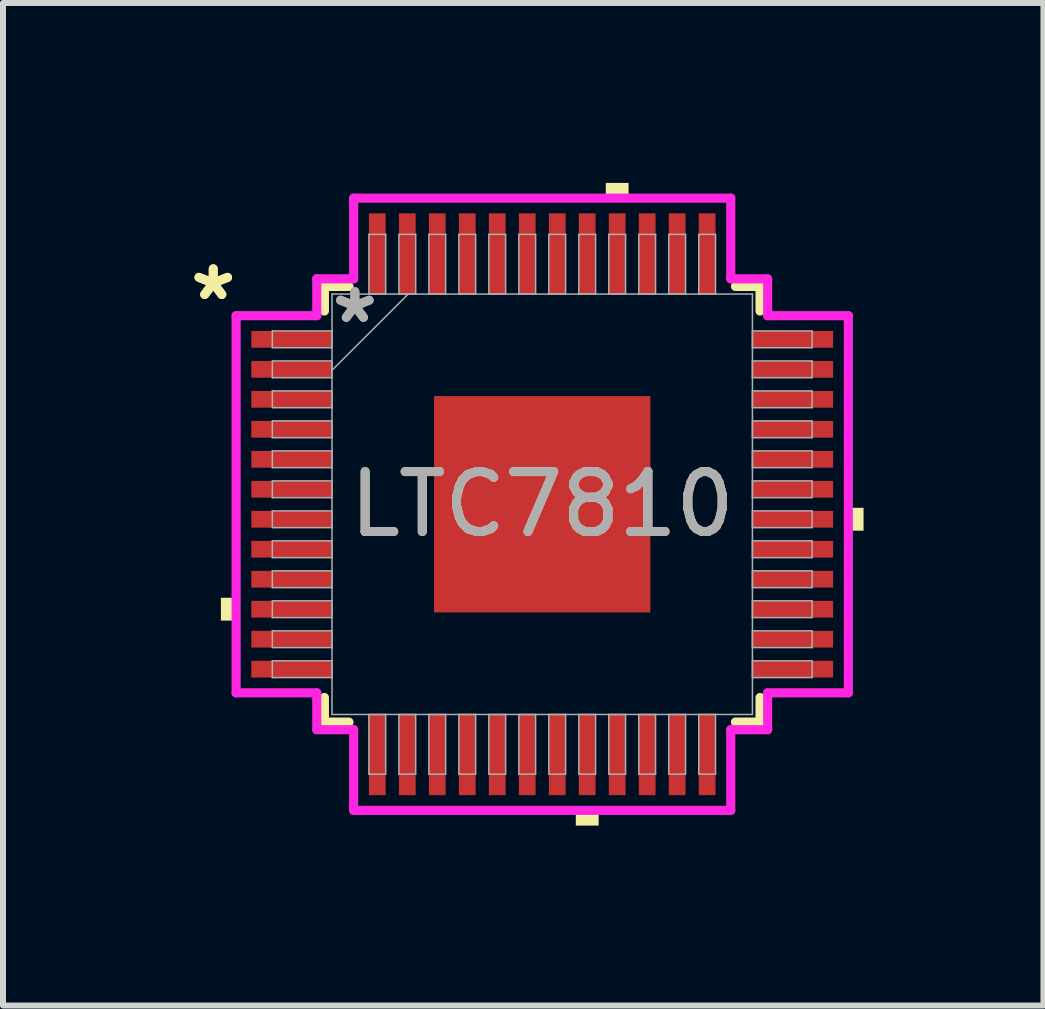
<source format=kicad_pcb>
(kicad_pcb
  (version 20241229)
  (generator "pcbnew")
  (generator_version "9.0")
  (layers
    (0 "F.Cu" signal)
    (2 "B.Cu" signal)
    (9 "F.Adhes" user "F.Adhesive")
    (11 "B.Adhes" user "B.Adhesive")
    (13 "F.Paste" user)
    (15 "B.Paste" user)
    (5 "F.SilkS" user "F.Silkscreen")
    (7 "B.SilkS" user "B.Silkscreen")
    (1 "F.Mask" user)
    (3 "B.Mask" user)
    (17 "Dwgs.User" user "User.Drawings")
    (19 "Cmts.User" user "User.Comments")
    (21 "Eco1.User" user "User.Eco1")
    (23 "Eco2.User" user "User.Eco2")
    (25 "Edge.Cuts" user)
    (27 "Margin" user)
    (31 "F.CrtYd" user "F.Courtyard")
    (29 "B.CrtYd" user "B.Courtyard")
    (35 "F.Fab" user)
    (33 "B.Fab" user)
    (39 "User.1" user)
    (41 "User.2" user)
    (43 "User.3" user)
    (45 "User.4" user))
  (footprint "LTC7810"
    (layer "F.Cu")
    (at 5.991 5.358)
    (property "Reference" "LTC7810" (at 0 0 0) (unlocked yes) (layer "F.SilkS") (effects (font (size 1 1) (thickness 0.15))))
    (attr smd)
    (fp_line (start -3.632 -3.632) (end -3.632 -3.222) (stroke (width 0.152) (type solid)) (layer "F.SilkS"))
    (fp_line (start -3.632 3.222) (end -3.632 3.632) (stroke (width 0.152) (type solid)) (layer "F.SilkS"))
    (fp_line (start -3.632 3.632) (end -3.222 3.632) (stroke (width 0.152) (type solid)) (layer "F.SilkS"))
    (fp_line (start -3.222 -3.632) (end -3.632 -3.632) (stroke (width 0.152) (type solid)) (layer "F.SilkS"))
    (fp_line (start 3.222 3.632) (end 3.632 3.632) (stroke (width 0.152) (type solid)) (layer "F.SilkS"))
    (fp_line (start 3.632 -3.632) (end 3.222 -3.632) (stroke (width 0.152) (type solid)) (layer "F.SilkS"))
    (fp_line (start 3.632 -3.222) (end 3.632 -3.632) (stroke (width 0.152) (type solid)) (layer "F.SilkS"))
    (fp_line (start 3.632 3.632) (end 3.632 3.222) (stroke (width 0.152) (type solid)) (layer "F.SilkS"))
    (fp_poly (pts (xy -5.358 1.559) (xy -5.358 1.94) (xy -5.104 1.94) (xy -5.104 1.559)) (stroke (width 0) (type solid)) (fill yes) (layer "F.SilkS"))
    (fp_poly (pts (xy 0.56 5.104) (xy 0.56 5.358) (xy 0.941 5.358) (xy 0.941 5.104)) (stroke (width 0) (type solid)) (fill yes) (layer "F.SilkS"))
    (fp_poly (pts (xy 1.06 -5.104) (xy 1.06 -5.358) (xy 1.44 -5.358) (xy 1.44 -5.104)) (stroke (width 0) (type solid)) (fill yes) (layer "F.SilkS"))
    (fp_poly (pts (xy 5.358 0.059) (xy 5.358 0.441) (xy 5.104 0.441) (xy 5.104 0.059)) (stroke (width 0) (type solid)) (fill yes) (layer "F.SilkS"))
    (fp_poly (pts (xy -1.703 -1.703) (xy -1.703 -0.1) (xy -0.1 -0.1) (xy -0.1 -1.703)) (stroke (width 0) (type solid)) (fill yes) (layer "F.Paste"))
    (fp_poly (pts (xy -1.703 0.1) (xy -1.703 1.703) (xy -0.1 1.703) (xy -0.1 0.1)) (stroke (width 0) (type solid)) (fill yes) (layer "F.Paste"))
    (fp_poly (pts (xy 0.1 -1.703) (xy 0.1 -0.1) (xy 1.703 -0.1) (xy 1.703 -1.703)) (stroke (width 0) (type solid)) (fill yes) (layer "F.Paste"))
    (fp_poly (pts (xy 0.1 0.1) (xy 0.1 1.703) (xy 1.703 1.703) (xy 1.703 0.1)) (stroke (width 0) (type solid)) (fill yes) (layer "F.Paste"))
    (fp_line (start -5.104 -3.144) (end -3.759 -3.144) (stroke (width 0.152) (type solid)) (layer "F.CrtYd"))
    (fp_line (start -5.104 3.144) (end -5.104 -3.144) (stroke (width 0.152) (type solid)) (layer "F.CrtYd"))
    (fp_line (start -3.759 -3.759) (end -3.144 -3.759) (stroke (width 0.152) (type solid)) (layer "F.CrtYd"))
    (fp_line (start -3.759 -3.144) (end -3.759 -3.759) (stroke (width 0.152) (type solid)) (layer "F.CrtYd"))
    (fp_line (start -3.759 3.144) (end -5.104 3.144) (stroke (width 0.152) (type solid)) (layer "F.CrtYd"))
    (fp_line (start -3.759 3.759) (end -3.759 3.144) (stroke (width 0.152) (type solid)) (layer "F.CrtYd"))
    (fp_line (start -3.759 3.759) (end -3.144 3.759) (stroke (width 0.152) (type solid)) (layer "F.CrtYd"))
    (fp_line (start -3.144 -5.104) (end 3.144 -5.104) (stroke (width 0.152) (type solid)) (layer "F.CrtYd"))
    (fp_line (start -3.144 -3.759) (end -3.144 -5.104) (stroke (width 0.152) (type solid)) (layer "F.CrtYd"))
    (fp_line (start -3.144 3.759) (end -3.144 5.104) (stroke (width 0.152) (type solid)) (layer "F.CrtYd"))
    (fp_line (start -3.144 5.104) (end 3.144 5.104) (stroke (width 0.152) (type solid)) (layer "F.CrtYd"))
    (fp_line (start 3.144 -5.104) (end 3.144 -3.759) (stroke (width 0.152) (type solid)) (layer "F.CrtYd"))
    (fp_line (start 3.144 -3.759) (end 3.759 -3.759) (stroke (width 0.152) (type solid)) (layer "F.CrtYd"))
    (fp_line (start 3.144 3.759) (end 3.759 3.759) (stroke (width 0.152) (type solid)) (layer "F.CrtYd"))
    (fp_line (start 3.144 5.104) (end 3.144 3.759) (stroke (width 0.152) (type solid)) (layer "F.CrtYd"))
    (fp_line (start 3.759 -3.144) (end 3.759 -3.759) (stroke (width 0.152) (type solid)) (layer "F.CrtYd"))
    (fp_line (start 3.759 3.144) (end 5.104 3.144) (stroke (width 0.152) (type solid)) (layer "F.CrtYd"))
    (fp_line (start 3.759 3.759) (end 3.759 3.144) (stroke (width 0.152) (type solid)) (layer "F.CrtYd"))
    (fp_line (start 5.104 -3.144) (end 3.759 -3.144) (stroke (width 0.152) (type solid)) (layer "F.CrtYd"))
    (fp_line (start 5.104 3.144) (end 5.104 -3.144) (stroke (width 0.152) (type solid)) (layer "F.CrtYd"))
    (fp_line (start -4.5 -2.89) (end -4.5 -2.61) (stroke (width 0.025) (type solid)) (layer "F.Fab"))
    (fp_line (start -4.5 -2.61) (end -3.505 -2.61) (stroke (width 0.025) (type solid)) (layer "F.Fab"))
    (fp_line (start -4.5 -2.39) (end -4.5 -2.11) (stroke (width 0.025) (type solid)) (layer "F.Fab"))
    (fp_line (start -4.5 -2.11) (end -3.505 -2.11) (stroke (width 0.025) (type solid)) (layer "F.Fab"))
    (fp_line (start -4.5 -1.89) (end -4.5 -1.61) (stroke (width 0.025) (type solid)) (layer "F.Fab"))
    (fp_line (start -4.5 -1.61) (end -3.505 -1.61) (stroke (width 0.025) (type solid)) (layer "F.Fab"))
    (fp_line (start -4.5 -1.39) (end -4.5 -1.11) (stroke (width 0.025) (type solid)) (layer "F.Fab"))
    (fp_line (start -4.5 -1.11) (end -3.505 -1.11) (stroke (width 0.025) (type solid)) (layer "F.Fab"))
    (fp_line (start -4.5 -0.89) (end -4.5 -0.61) (stroke (width 0.025) (type solid)) (layer "F.Fab"))
    (fp_line (start -4.5 -0.61) (end -3.505 -0.61) (stroke (width 0.025) (type solid)) (layer "F.Fab"))
    (fp_line (start -4.5 -0.39) (end -4.5 -0.11) (stroke (width 0.025) (type solid)) (layer "F.Fab"))
    (fp_line (start -4.5 -0.11) (end -3.505 -0.11) (stroke (width 0.025) (type solid)) (layer "F.Fab"))
    (fp_line (start -4.5 0.11) (end -4.5 0.39) (stroke (width 0.025) (type solid)) (layer "F.Fab"))
    (fp_line (start -4.5 0.39) (end -3.505 0.39) (stroke (width 0.025) (type solid)) (layer "F.Fab"))
    (fp_line (start -4.5 0.61) (end -4.5 0.89) (stroke (width 0.025) (type solid)) (layer "F.Fab"))
    (fp_line (start -4.5 0.89) (end -3.505 0.89) (stroke (width 0.025) (type solid)) (layer "F.Fab"))
    (fp_line (start -4.5 1.11) (end -4.5 1.39) (stroke (width 0.025) (type solid)) (layer "F.Fab"))
    (fp_line (start -4.5 1.39) (end -3.505 1.39) (stroke (width 0.025) (type solid)) (layer "F.Fab"))
    (fp_line (start -4.5 1.61) (end -4.5 1.89) (stroke (width 0.025) (type solid)) (layer "F.Fab"))
    (fp_line (start -4.5 1.89) (end -3.505 1.89) (stroke (width 0.025) (type solid)) (layer "F.Fab"))
    (fp_line (start -4.5 2.11) (end -4.5 2.39) (stroke (width 0.025) (type solid)) (layer "F.Fab"))
    (fp_line (start -4.5 2.39) (end -3.505 2.39) (stroke (width 0.025) (type solid)) (layer "F.Fab"))
    (fp_line (start -4.5 2.61) (end -4.5 2.89) (stroke (width 0.025) (type solid)) (layer "F.Fab"))
    (fp_line (start -4.5 2.89) (end -3.505 2.89) (stroke (width 0.025) (type solid)) (layer "F.Fab"))
    (fp_line (start -3.505 -3.505) (end -3.505 3.505) (stroke (width 0.025) (type solid)) (layer "F.Fab"))
    (fp_line (start -3.505 -2.89) (end -4.5 -2.89) (stroke (width 0.025) (type solid)) (layer "F.Fab"))
    (fp_line (start -3.505 -2.61) (end -3.505 -2.89) (stroke (width 0.025) (type solid)) (layer "F.Fab"))
    (fp_line (start -3.505 -2.39) (end -4.5 -2.39) (stroke (width 0.025) (type solid)) (layer "F.Fab"))
    (fp_line (start -3.505 -2.235) (end -2.235 -3.505) (stroke (width 0.025) (type solid)) (layer "F.Fab"))
    (fp_line (start -3.505 -2.11) (end -3.505 -2.39) (stroke (width 0.025) (type solid)) (layer "F.Fab"))
    (fp_line (start -3.505 -1.89) (end -4.5 -1.89) (stroke (width 0.025) (type solid)) (layer "F.Fab"))
    (fp_line (start -3.505 -1.61) (end -3.505 -1.89) (stroke (width 0.025) (type solid)) (layer "F.Fab"))
    (fp_line (start -3.505 -1.39) (end -4.5 -1.39) (stroke (width 0.025) (type solid)) (layer "F.Fab"))
    (fp_line (start -3.505 -1.11) (end -3.505 -1.39) (stroke (width 0.025) (type solid)) (layer "F.Fab"))
    (fp_line (start -3.505 -0.89) (end -4.5 -0.89) (stroke (width 0.025) (type solid)) (layer "F.Fab"))
    (fp_line (start -3.505 -0.61) (end -3.505 -0.89) (stroke (width 0.025) (type solid)) (layer "F.Fab"))
    (fp_line (start -3.505 -0.39) (end -4.5 -0.39) (stroke (width 0.025) (type solid)) (layer "F.Fab"))
    (fp_line (start -3.505 -0.11) (end -3.505 -0.39) (stroke (width 0.025) (type solid)) (layer "F.Fab"))
    (fp_line (start -3.505 0.11) (end -4.5 0.11) (stroke (width 0.025) (type solid)) (layer "F.Fab"))
    (fp_line (start -3.505 0.39) (end -3.505 0.11) (stroke (width 0.025) (type solid)) (layer "F.Fab"))
    (fp_line (start -3.505 0.61) (end -4.5 0.61) (stroke (width 0.025) (type solid)) (layer "F.Fab"))
    (fp_line (start -3.505 0.89) (end -3.505 0.61) (stroke (width 0.025) (type solid)) (layer "F.Fab"))
    (fp_line (start -3.505 1.11) (end -4.5 1.11) (stroke (width 0.025) (type solid)) (layer "F.Fab"))
    (fp_line (start -3.505 1.39) (end -3.505 1.11) (stroke (width 0.025) (type solid)) (layer "F.Fab"))
    (fp_line (start -3.505 1.61) (end -4.5 1.61) (stroke (width 0.025) (type solid)) (layer "F.Fab"))
    (fp_line (start -3.505 1.89) (end -3.505 1.61) (stroke (width 0.025) (type solid)) (layer "F.Fab"))
    (fp_line (start -3.505 2.11) (end -4.5 2.11) (stroke (width 0.025) (type solid)) (layer "F.Fab"))
    (fp_line (start -3.505 2.39) (end -3.505 2.11) (stroke (width 0.025) (type solid)) (layer "F.Fab"))
    (fp_line (start -3.505 2.61) (end -4.5 2.61) (stroke (width 0.025) (type solid)) (layer "F.Fab"))
    (fp_line (start -3.505 2.89) (end -3.505 2.61) (stroke (width 0.025) (type solid)) (layer "F.Fab"))
    (fp_line (start -3.505 3.505) (end 3.505 3.505) (stroke (width 0.025) (type solid)) (layer "F.Fab"))
    (fp_line (start -2.89 -4.5) (end -2.89 -3.505) (stroke (width 0.025) (type solid)) (layer "F.Fab"))
    (fp_line (start -2.89 -3.505) (end -2.61 -3.505) (stroke (width 0.025) (type solid)) (layer "F.Fab"))
    (fp_line (start -2.89 3.505) (end -2.89 4.5) (stroke (width 0.025) (type solid)) (layer "F.Fab"))
    (fp_line (start -2.89 4.5) (end -2.61 4.5) (stroke (width 0.025) (type solid)) (layer "F.Fab"))
    (fp_line (start -2.61 -4.5) (end -2.89 -4.5) (stroke (width 0.025) (type solid)) (layer "F.Fab"))
    (fp_line (start -2.61 -3.505) (end -2.61 -4.5) (stroke (width 0.025) (type solid)) (layer "F.Fab"))
    (fp_line (start -2.61 3.505) (end -2.89 3.505) (stroke (width 0.025) (type solid)) (layer "F.Fab"))
    (fp_line (start -2.61 4.5) (end -2.61 3.505) (stroke (width 0.025) (type solid)) (layer "F.Fab"))
    (fp_line (start -2.39 -4.5) (end -2.39 -3.505) (stroke (width 0.025) (type solid)) (layer "F.Fab"))
    (fp_line (start -2.39 -3.505) (end -2.11 -3.505) (stroke (width 0.025) (type solid)) (layer "F.Fab"))
    (fp_line (start -2.39 3.505) (end -2.39 4.5) (stroke (width 0.025) (type solid)) (layer "F.Fab"))
    (fp_line (start -2.39 4.5) (end -2.11 4.5) (stroke (width 0.025) (type solid)) (layer "F.Fab"))
    (fp_line (start -2.11 -4.5) (end -2.39 -4.5) (stroke (width 0.025) (type solid)) (layer "F.Fab"))
    (fp_line (start -2.11 -3.505) (end -2.11 -4.5) (stroke (width 0.025) (type solid)) (layer "F.Fab"))
    (fp_line (start -2.11 3.505) (end -2.39 3.505) (stroke (width 0.025) (type solid)) (layer "F.Fab"))
    (fp_line (start -2.11 4.5) (end -2.11 3.505) (stroke (width 0.025) (type solid)) (layer "F.Fab"))
    (fp_line (start -1.89 -4.5) (end -1.89 -3.505) (stroke (width 0.025) (type solid)) (layer "F.Fab"))
    (fp_line (start -1.89 -3.505) (end -1.61 -3.505) (stroke (width 0.025) (type solid)) (layer "F.Fab"))
    (fp_line (start -1.89 3.505) (end -1.89 4.5) (stroke (width 0.025) (type solid)) (layer "F.Fab"))
    (fp_line (start -1.89 4.5) (end -1.61 4.5) (stroke (width 0.025) (type solid)) (layer "F.Fab"))
    (fp_line (start -1.61 -4.5) (end -1.89 -4.5) (stroke (width 0.025) (type solid)) (layer "F.Fab"))
    (fp_line (start -1.61 -3.505) (end -1.61 -4.5) (stroke (width 0.025) (type solid)) (layer "F.Fab"))
    (fp_line (start -1.61 3.505) (end -1.89 3.505) (stroke (width 0.025) (type solid)) (layer "F.Fab"))
    (fp_line (start -1.61 4.5) (end -1.61 3.505) (stroke (width 0.025) (type solid)) (layer "F.Fab"))
    (fp_line (start -1.39 -4.5) (end -1.39 -3.505) (stroke (width 0.025) (type solid)) (layer "F.Fab"))
    (fp_line (start -1.39 -3.505) (end -1.11 -3.505) (stroke (width 0.025) (type solid)) (layer "F.Fab"))
    (fp_line (start -1.39 3.505) (end -1.39 4.5) (stroke (width 0.025) (type solid)) (layer "F.Fab"))
    (fp_line (start -1.39 4.5) (end -1.11 4.5) (stroke (width 0.025) (type solid)) (layer "F.Fab"))
    (fp_line (start -1.11 -4.5) (end -1.39 -4.5) (stroke (width 0.025) (type solid)) (layer "F.Fab"))
    (fp_line (start -1.11 -3.505) (end -1.11 -4.5) (stroke (width 0.025) (type solid)) (layer "F.Fab"))
    (fp_line (start -1.11 3.505) (end -1.39 3.505) (stroke (width 0.025) (type solid)) (layer "F.Fab"))
    (fp_line (start -1.11 4.5) (end -1.11 3.505) (stroke (width 0.025) (type solid)) (layer "F.Fab"))
    (fp_line (start -0.89 -4.5) (end -0.89 -3.505) (stroke (width 0.025) (type solid)) (layer "F.Fab"))
    (fp_line (start -0.89 -3.505) (end -0.61 -3.505) (stroke (width 0.025) (type solid)) (layer "F.Fab"))
    (fp_line (start -0.89 3.505) (end -0.89 4.5) (stroke (width 0.025) (type solid)) (layer "F.Fab"))
    (fp_line (start -0.89 4.5) (end -0.61 4.5) (stroke (width 0.025) (type solid)) (layer "F.Fab"))
    (fp_line (start -0.61 -4.5) (end -0.89 -4.5) (stroke (width 0.025) (type solid)) (layer "F.Fab"))
    (fp_line (start -0.61 -3.505) (end -0.61 -4.5) (stroke (width 0.025) (type solid)) (layer "F.Fab"))
    (fp_line (start -0.61 3.505) (end -0.89 3.505) (stroke (width 0.025) (type solid)) (layer "F.Fab"))
    (fp_line (start -0.61 4.5) (end -0.61 3.505) (stroke (width 0.025) (type solid)) (layer "F.Fab"))
    (fp_line (start -0.39 -4.5) (end -0.39 -3.505) (stroke (width 0.025) (type solid)) (layer "F.Fab"))
    (fp_line (start -0.39 -3.505) (end -0.11 -3.505) (stroke (width 0.025) (type solid)) (layer "F.Fab"))
    (fp_line (start -0.39 3.505) (end -0.39 4.5) (stroke (width 0.025) (type solid)) (layer "F.Fab"))
    (fp_line (start -0.39 4.5) (end -0.11 4.5) (stroke (width 0.025) (type solid)) (layer "F.Fab"))
    (fp_line (start -0.11 -4.5) (end -0.39 -4.5) (stroke (width 0.025) (type solid)) (layer "F.Fab"))
    (fp_line (start -0.11 -3.505) (end -0.11 -4.5) (stroke (width 0.025) (type solid)) (layer "F.Fab"))
    (fp_line (start -0.11 3.505) (end -0.39 3.505) (stroke (width 0.025) (type solid)) (layer "F.Fab"))
    (fp_line (start -0.11 4.5) (end -0.11 3.505) (stroke (width 0.025) (type solid)) (layer "F.Fab"))
    (fp_line (start 0.11 -4.5) (end 0.11 -3.505) (stroke (width 0.025) (type solid)) (layer "F.Fab"))
    (fp_line (start 0.11 -3.505) (end 0.39 -3.505) (stroke (width 0.025) (type solid)) (layer "F.Fab"))
    (fp_line (start 0.11 3.505) (end 0.11 4.5) (stroke (width 0.025) (type solid)) (layer "F.Fab"))
    (fp_line (start 0.11 4.5) (end 0.39 4.5) (stroke (width 0.025) (type solid)) (layer "F.Fab"))
    (fp_line (start 0.39 -4.5) (end 0.11 -4.5) (stroke (width 0.025) (type solid)) (layer "F.Fab"))
    (fp_line (start 0.39 -3.505) (end 0.39 -4.5) (stroke (width 0.025) (type solid)) (layer "F.Fab"))
    (fp_line (start 0.39 3.505) (end 0.11 3.505) (stroke (width 0.025) (type solid)) (layer "F.Fab"))
    (fp_line (start 0.39 4.5) (end 0.39 3.505) (stroke (width 0.025) (type solid)) (layer "F.Fab"))
    (fp_line (start 0.61 -4.5) (end 0.61 -3.505) (stroke (width 0.025) (type solid)) (layer "F.Fab"))
    (fp_line (start 0.61 -3.505) (end 0.89 -3.505) (stroke (width 0.025) (type solid)) (layer "F.Fab"))
    (fp_line (start 0.61 3.505) (end 0.61 4.5) (stroke (width 0.025) (type solid)) (layer "F.Fab"))
    (fp_line (start 0.61 4.5) (end 0.89 4.5) (stroke (width 0.025) (type solid)) (layer "F.Fab"))
    (fp_line (start 0.89 -4.5) (end 0.61 -4.5) (stroke (width 0.025) (type solid)) (layer "F.Fab"))
    (fp_line (start 0.89 -3.505) (end 0.89 -4.5) (stroke (width 0.025) (type solid)) (layer "F.Fab"))
    (fp_line (start 0.89 3.505) (end 0.61 3.505) (stroke (width 0.025) (type solid)) (layer "F.Fab"))
    (fp_line (start 0.89 4.5) (end 0.89 3.505) (stroke (width 0.025) (type solid)) (layer "F.Fab"))
    (fp_line (start 1.11 -4.5) (end 1.11 -3.505) (stroke (width 0.025) (type solid)) (layer "F.Fab"))
    (fp_line (start 1.11 -3.505) (end 1.39 -3.505) (stroke (width 0.025) (type solid)) (layer "F.Fab"))
    (fp_line (start 1.11 3.505) (end 1.11 4.5) (stroke (width 0.025) (type solid)) (layer "F.Fab"))
    (fp_line (start 1.11 4.5) (end 1.39 4.5) (stroke (width 0.025) (type solid)) (layer "F.Fab"))
    (fp_line (start 1.39 -4.5) (end 1.11 -4.5) (stroke (width 0.025) (type solid)) (layer "F.Fab"))
    (fp_line (start 1.39 -3.505) (end 1.39 -4.5) (stroke (width 0.025) (type solid)) (layer "F.Fab"))
    (fp_line (start 1.39 3.505) (end 1.11 3.505) (stroke (width 0.025) (type solid)) (layer "F.Fab"))
    (fp_line (start 1.39 4.5) (end 1.39 3.505) (stroke (width 0.025) (type solid)) (layer "F.Fab"))
    (fp_line (start 1.61 -4.5) (end 1.61 -3.505) (stroke (width 0.025) (type solid)) (layer "F.Fab"))
    (fp_line (start 1.61 -3.505) (end 1.89 -3.505) (stroke (width 0.025) (type solid)) (layer "F.Fab"))
    (fp_line (start 1.61 3.505) (end 1.61 4.5) (stroke (width 0.025) (type solid)) (layer "F.Fab"))
    (fp_line (start 1.61 4.5) (end 1.89 4.5) (stroke (width 0.025) (type solid)) (layer "F.Fab"))
    (fp_line (start 1.89 -4.5) (end 1.61 -4.5) (stroke (width 0.025) (type solid)) (layer "F.Fab"))
    (fp_line (start 1.89 -3.505) (end 1.89 -4.5) (stroke (width 0.025) (type solid)) (layer "F.Fab"))
    (fp_line (start 1.89 3.505) (end 1.61 3.505) (stroke (width 0.025) (type solid)) (layer "F.Fab"))
    (fp_line (start 1.89 4.5) (end 1.89 3.505) (stroke (width 0.025) (type solid)) (layer "F.Fab"))
    (fp_line (start 2.11 -4.5) (end 2.11 -3.505) (stroke (width 0.025) (type solid)) (layer "F.Fab"))
    (fp_line (start 2.11 -3.505) (end 2.39 -3.505) (stroke (width 0.025) (type solid)) (layer "F.Fab"))
    (fp_line (start 2.11 3.505) (end 2.11 4.5) (stroke (width 0.025) (type solid)) (layer "F.Fab"))
    (fp_line (start 2.11 4.5) (end 2.39 4.5) (stroke (width 0.025) (type solid)) (layer "F.Fab"))
    (fp_line (start 2.39 -4.5) (end 2.11 -4.5) (stroke (width 0.025) (type solid)) (layer "F.Fab"))
    (fp_line (start 2.39 -3.505) (end 2.39 -4.5) (stroke (width 0.025) (type solid)) (layer "F.Fab"))
    (fp_line (start 2.39 3.505) (end 2.11 3.505) (stroke (width 0.025) (type solid)) (layer "F.Fab"))
    (fp_line (start 2.39 4.5) (end 2.39 3.505) (stroke (width 0.025) (type solid)) (layer "F.Fab"))
    (fp_line (start 2.61 -4.5) (end 2.61 -3.505) (stroke (width 0.025) (type solid)) (layer "F.Fab"))
    (fp_line (start 2.61 -3.505) (end 2.89 -3.505) (stroke (width 0.025) (type solid)) (layer "F.Fab"))
    (fp_line (start 2.61 3.505) (end 2.61 4.5) (stroke (width 0.025) (type solid)) (layer "F.Fab"))
    (fp_line (start 2.61 4.5) (end 2.89 4.5) (stroke (width 0.025) (type solid)) (layer "F.Fab"))
    (fp_line (start 2.89 -4.5) (end 2.61 -4.5) (stroke (width 0.025) (type solid)) (layer "F.Fab"))
    (fp_line (start 2.89 -3.505) (end 2.89 -4.5) (stroke (width 0.025) (type solid)) (layer "F.Fab"))
    (fp_line (start 2.89 3.505) (end 2.61 3.505) (stroke (width 0.025) (type solid)) (layer "F.Fab"))
    (fp_line (start 2.89 4.5) (end 2.89 3.505) (stroke (width 0.025) (type solid)) (layer "F.Fab"))
    (fp_line (start 3.505 -3.505) (end -3.505 -3.505) (stroke (width 0.025) (type solid)) (layer "F.Fab"))
    (fp_line (start 3.505 -2.89) (end 3.505 -2.61) (stroke (width 0.025) (type solid)) (layer "F.Fab"))
    (fp_line (start 3.505 -2.61) (end 4.5 -2.61) (stroke (width 0.025) (type solid)) (layer "F.Fab"))
    (fp_line (start 3.505 -2.39) (end 3.505 -2.11) (stroke (width 0.025) (type solid)) (layer "F.Fab"))
    (fp_line (start 3.505 -2.11) (end 4.5 -2.11) (stroke (width 0.025) (type solid)) (layer "F.Fab"))
    (fp_line (start 3.505 -1.89) (end 3.505 -1.61) (stroke (width 0.025) (type solid)) (layer "F.Fab"))
    (fp_line (start 3.505 -1.61) (end 4.5 -1.61) (stroke (width 0.025) (type solid)) (layer "F.Fab"))
    (fp_line (start 3.505 -1.39) (end 3.505 -1.11) (stroke (width 0.025) (type solid)) (layer "F.Fab"))
    (fp_line (start 3.505 -1.11) (end 4.5 -1.11) (stroke (width 0.025) (type solid)) (layer "F.Fab"))
    (fp_line (start 3.505 -0.89) (end 3.505 -0.61) (stroke (width 0.025) (type solid)) (layer "F.Fab"))
    (fp_line (start 3.505 -0.61) (end 4.5 -0.61) (stroke (width 0.025) (type solid)) (layer "F.Fab"))
    (fp_line (start 3.505 -0.39) (end 3.505 -0.11) (stroke (width 0.025) (type solid)) (layer "F.Fab"))
    (fp_line (start 3.505 -0.11) (end 4.5 -0.11) (stroke (width 0.025) (type solid)) (layer "F.Fab"))
    (fp_line (start 3.505 0.11) (end 3.505 0.39) (stroke (width 0.025) (type solid)) (layer "F.Fab"))
    (fp_line (start 3.505 0.39) (end 4.5 0.39) (stroke (width 0.025) (type solid)) (layer "F.Fab"))
    (fp_line (start 3.505 0.61) (end 3.505 0.89) (stroke (width 0.025) (type solid)) (layer "F.Fab"))
    (fp_line (start 3.505 0.89) (end 4.5 0.89) (stroke (width 0.025) (type solid)) (layer "F.Fab"))
    (fp_line (start 3.505 1.11) (end 3.505 1.39) (stroke (width 0.025) (type solid)) (layer "F.Fab"))
    (fp_line (start 3.505 1.39) (end 4.5 1.39) (stroke (width 0.025) (type solid)) (layer "F.Fab"))
    (fp_line (start 3.505 1.61) (end 3.505 1.89) (stroke (width 0.025) (type solid)) (layer "F.Fab"))
    (fp_line (start 3.505 1.89) (end 4.5 1.89) (stroke (width 0.025) (type solid)) (layer "F.Fab"))
    (fp_line (start 3.505 2.11) (end 3.505 2.39) (stroke (width 0.025) (type solid)) (layer "F.Fab"))
    (fp_line (start 3.505 2.39) (end 4.5 2.39) (stroke (width 0.025) (type solid)) (layer "F.Fab"))
    (fp_line (start 3.505 2.61) (end 3.505 2.89) (stroke (width 0.025) (type solid)) (layer "F.Fab"))
    (fp_line (start 3.505 2.89) (end 4.5 2.89) (stroke (width 0.025) (type solid)) (layer "F.Fab"))
    (fp_line (start 3.505 3.505) (end 3.505 -3.505) (stroke (width 0.025) (type solid)) (layer "F.Fab"))
    (fp_line (start 4.5 -2.89) (end 3.505 -2.89) (stroke (width 0.025) (type solid)) (layer "F.Fab"))
    (fp_line (start 4.5 -2.61) (end 4.5 -2.89) (stroke (width 0.025) (type solid)) (layer "F.Fab"))
    (fp_line (start 4.5 -2.39) (end 3.505 -2.39) (stroke (width 0.025) (type solid)) (layer "F.Fab"))
    (fp_line (start 4.5 -2.11) (end 4.5 -2.39) (stroke (width 0.025) (type solid)) (layer "F.Fab"))
    (fp_line (start 4.5 -1.89) (end 3.505 -1.89) (stroke (width 0.025) (type solid)) (layer "F.Fab"))
    (fp_line (start 4.5 -1.61) (end 4.5 -1.89) (stroke (width 0.025) (type solid)) (layer "F.Fab"))
    (fp_line (start 4.5 -1.39) (end 3.505 -1.39) (stroke (width 0.025) (type solid)) (layer "F.Fab"))
    (fp_line (start 4.5 -1.11) (end 4.5 -1.39) (stroke (width 0.025) (type solid)) (layer "F.Fab"))
    (fp_line (start 4.5 -0.89) (end 3.505 -0.89) (stroke (width 0.025) (type solid)) (layer "F.Fab"))
    (fp_line (start 4.5 -0.61) (end 4.5 -0.89) (stroke (width 0.025) (type solid)) (layer "F.Fab"))
    (fp_line (start 4.5 -0.39) (end 3.505 -0.39) (stroke (width 0.025) (type solid)) (layer "F.Fab"))
    (fp_line (start 4.5 -0.11) (end 4.5 -0.39) (stroke (width 0.025) (type solid)) (layer "F.Fab"))
    (fp_line (start 4.5 0.11) (end 3.505 0.11) (stroke (width 0.025) (type solid)) (layer "F.Fab"))
    (fp_line (start 4.5 0.39) (end 4.5 0.11) (stroke (width 0.025) (type solid)) (layer "F.Fab"))
    (fp_line (start 4.5 0.61) (end 3.505 0.61) (stroke (width 0.025) (type solid)) (layer "F.Fab"))
    (fp_line (start 4.5 0.89) (end 4.5 0.61) (stroke (width 0.025) (type solid)) (layer "F.Fab"))
    (fp_line (start 4.5 1.11) (end 3.505 1.11) (stroke (width 0.025) (type solid)) (layer "F.Fab"))
    (fp_line (start 4.5 1.39) (end 4.5 1.11) (stroke (width 0.025) (type solid)) (layer "F.Fab"))
    (fp_line (start 4.5 1.61) (end 3.505 1.61) (stroke (width 0.025) (type solid)) (layer "F.Fab"))
    (fp_line (start 4.5 1.89) (end 4.5 1.61) (stroke (width 0.025) (type solid)) (layer "F.Fab"))
    (fp_line (start 4.5 2.11) (end 3.505 2.11) (stroke (width 0.025) (type solid)) (layer "F.Fab"))
    (fp_line (start 4.5 2.39) (end 4.5 2.11) (stroke (width 0.025) (type solid)) (layer "F.Fab"))
    (fp_line (start 4.5 2.61) (end 3.505 2.61) (stroke (width 0.025) (type solid)) (layer "F.Fab"))
    (fp_line (start 4.5 2.89) (end 4.5 2.61) (stroke (width 0.025) (type solid)) (layer "F.Fab"))
    (fp_text user "*" (at -5.485 -3.381 0) (layer "F.SilkS") (effects (font (size 1 1) (thickness 0.15))))
    (fp_text user "*" (at -5.485 -3.381 0) (unlocked yes) (layer "F.SilkS") (effects (font (size 1 1) (thickness 0.15))))
    (fp_text user "*" (at -3.124 -3 0) (unlocked yes) (layer "F.Fab") (effects (font (size 1 1) (thickness 0.15))))
    (fp_text user "*" (at -3.124 -3 0) (layer "F.Fab") (effects (font (size 1 1) (thickness 0.15))))
    (fp_text user "${REFERENCE}" (at 0 0 0) (unlocked yes) (layer "F.Fab") (effects (font (size 1 1) (thickness 0.15))))
    (pad "1" smd rect (at -4.178 -2.75 90) (size 0.279 1.345) (layers "F.Cu" "F.Mask" "F.Paste"))
    (pad "2" smd rect (at -4.178 -2.25 90) (size 0.279 1.345) (layers "F.Cu" "F.Mask" "F.Paste"))
    (pad "3" smd rect (at -4.178 -1.75 90) (size 0.279 1.345) (layers "F.Cu" "F.Mask" "F.Paste"))
    (pad "4" smd rect (at -4.178 -1.25 90) (size 0.279 1.345) (layers "F.Cu" "F.Mask" "F.Paste"))
    (pad "5" smd rect (at -4.178 -0.75 90) (size 0.279 1.345) (layers "F.Cu" "F.Mask" "F.Paste"))
    (pad "6" smd rect (at -4.178 -0.25 90) (size 0.279 1.345) (layers "F.Cu" "F.Mask" "F.Paste"))
    (pad "7" smd rect (at -4.178 0.25 90) (size 0.279 1.345) (layers "F.Cu" "F.Mask" "F.Paste"))
    (pad "8" smd rect (at -4.178 0.75 90) (size 0.279 1.345) (layers "F.Cu" "F.Mask" "F.Paste"))
    (pad "9" smd rect (at -4.178 1.25 90) (size 0.279 1.345) (layers "F.Cu" "F.Mask" "F.Paste"))
    (pad "10" smd rect (at -4.178 1.75 90) (size 0.279 1.345) (layers "F.Cu" "F.Mask" "F.Paste"))
    (pad "11" smd rect (at -4.178 2.25 90) (size 0.279 1.345) (layers "F.Cu" "F.Mask" "F.Paste"))
    (pad "12" smd rect (at -4.178 2.75 90) (size 0.279 1.345) (layers "F.Cu" "F.Mask" "F.Paste"))
    (pad "13" smd rect (at -2.75 4.178) (size 0.279 1.345) (layers "F.Cu" "F.Mask" "F.Paste"))
    (pad "14" smd rect (at -2.25 4.178) (size 0.279 1.345) (layers "F.Cu" "F.Mask" "F.Paste"))
    (pad "15" smd rect (at -1.75 4.178) (size 0.279 1.345) (layers "F.Cu" "F.Mask" "F.Paste"))
    (pad "16" smd rect (at -1.25 4.178) (size 0.279 1.345) (layers "F.Cu" "F.Mask" "F.Paste"))
    (pad "17" smd rect (at -0.75 4.178) (size 0.279 1.345) (layers "F.Cu" "F.Mask" "F.Paste"))
    (pad "18" smd rect (at -0.25 4.178) (size 0.279 1.345) (layers "F.Cu" "F.Mask" "F.Paste"))
    (pad "19" smd rect (at 0.25 4.178) (size 0.279 1.345) (layers "F.Cu" "F.Mask" "F.Paste"))
    (pad "20" smd rect (at 0.75 4.178) (size 0.279 1.345) (layers "F.Cu" "F.Mask" "F.Paste"))
    (pad "21" smd rect (at 1.25 4.178) (size 0.279 1.345) (layers "F.Cu" "F.Mask" "F.Paste"))
    (pad "22" smd rect (at 1.75 4.178) (size 0.279 1.345) (layers "F.Cu" "F.Mask" "F.Paste"))
    (pad "23" smd rect (at 2.25 4.178) (size 0.279 1.345) (layers "F.Cu" "F.Mask" "F.Paste"))
    (pad "24" smd rect (at 2.75 4.178) (size 0.279 1.345) (layers "F.Cu" "F.Mask" "F.Paste"))
    (pad "25" smd rect (at 4.178 2.75 90) (size 0.279 1.345) (layers "F.Cu" "F.Mask" "F.Paste"))
    (pad "26" smd rect (at 4.178 2.25 90) (size 0.279 1.345) (layers "F.Cu" "F.Mask" "F.Paste"))
    (pad "27" smd rect (at 4.178 1.75 90) (size 0.279 1.345) (layers "F.Cu" "F.Mask" "F.Paste"))
    (pad "28" smd rect (at 4.178 1.25 90) (size 0.279 1.345) (layers "F.Cu" "F.Mask" "F.Paste"))
    (pad "29" smd rect (at 4.178 0.75 90) (size 0.279 1.345) (layers "F.Cu" "F.Mask" "F.Paste"))
    (pad "30" smd rect (at 4.178 0.25 90) (size 0.279 1.345) (layers "F.Cu" "F.Mask" "F.Paste"))
    (pad "31" smd rect (at 4.178 -0.25 90) (size 0.279 1.345) (layers "F.Cu" "F.Mask" "F.Paste"))
    (pad "32" smd rect (at 4.178 -0.75 90) (size 0.279 1.345) (layers "F.Cu" "F.Mask" "F.Paste"))
    (pad "33" smd rect (at 4.178 -1.25 90) (size 0.279 1.345) (layers "F.Cu" "F.Mask" "F.Paste"))
    (pad "34" smd rect (at 4.178 -1.75 90) (size 0.279 1.345) (layers "F.Cu" "F.Mask" "F.Paste"))
    (pad "35" smd rect (at 4.178 -2.25 90) (size 0.279 1.345) (layers "F.Cu" "F.Mask" "F.Paste"))
    (pad "36" smd rect (at 4.178 -2.75 90) (size 0.279 1.345) (layers "F.Cu" "F.Mask" "F.Paste"))
    (pad "37" smd rect (at 2.75 -4.178) (size 0.279 1.345) (layers "F.Cu" "F.Mask" "F.Paste"))
    (pad "38" smd rect (at 2.25 -4.178) (size 0.279 1.345) (layers "F.Cu" "F.Mask" "F.Paste"))
    (pad "39" smd rect (at 1.75 -4.178) (size 0.279 1.345) (layers "F.Cu" "F.Mask" "F.Paste"))
    (pad "40" smd rect (at 1.25 -4.178) (size 0.279 1.345) (layers "F.Cu" "F.Mask" "F.Paste"))
    (pad "41" smd rect (at 0.75 -4.178) (size 0.279 1.345) (layers "F.Cu" "F.Mask" "F.Paste"))
    (pad "42" smd rect (at 0.25 -4.178) (size 0.279 1.345) (layers "F.Cu" "F.Mask" "F.Paste"))
    (pad "43" smd rect (at -0.25 -4.178) (size 0.279 1.345) (layers "F.Cu" "F.Mask" "F.Paste"))
    (pad "44" smd rect (at -0.75 -4.178) (size 0.279 1.345) (layers "F.Cu" "F.Mask" "F.Paste"))
    (pad "45" smd rect (at -1.25 -4.178) (size 0.279 1.345) (layers "F.Cu" "F.Mask" "F.Paste"))
    (pad "46" smd rect (at -1.75 -4.178) (size 0.279 1.345) (layers "F.Cu" "F.Mask" "F.Paste"))
    (pad "47" smd rect (at -2.25 -4.178) (size 0.279 1.345) (layers "F.Cu" "F.Mask" "F.Paste"))
    (pad "48" smd rect (at -2.75 -4.178) (size 0.279 1.345) (layers "F.Cu" "F.Mask" "F.Paste"))
    (pad "EPAD" smd rect (at 0 0) (size 3.607 3.607) (layers "F.Cu" "F.Mask")))
  (gr_rect
    (start -3 -3)
    (end 14.349 13.716)
    (stroke (width 0.1) (type default))
    (fill no)
    (layer "Edge.Cuts")))
</source>
